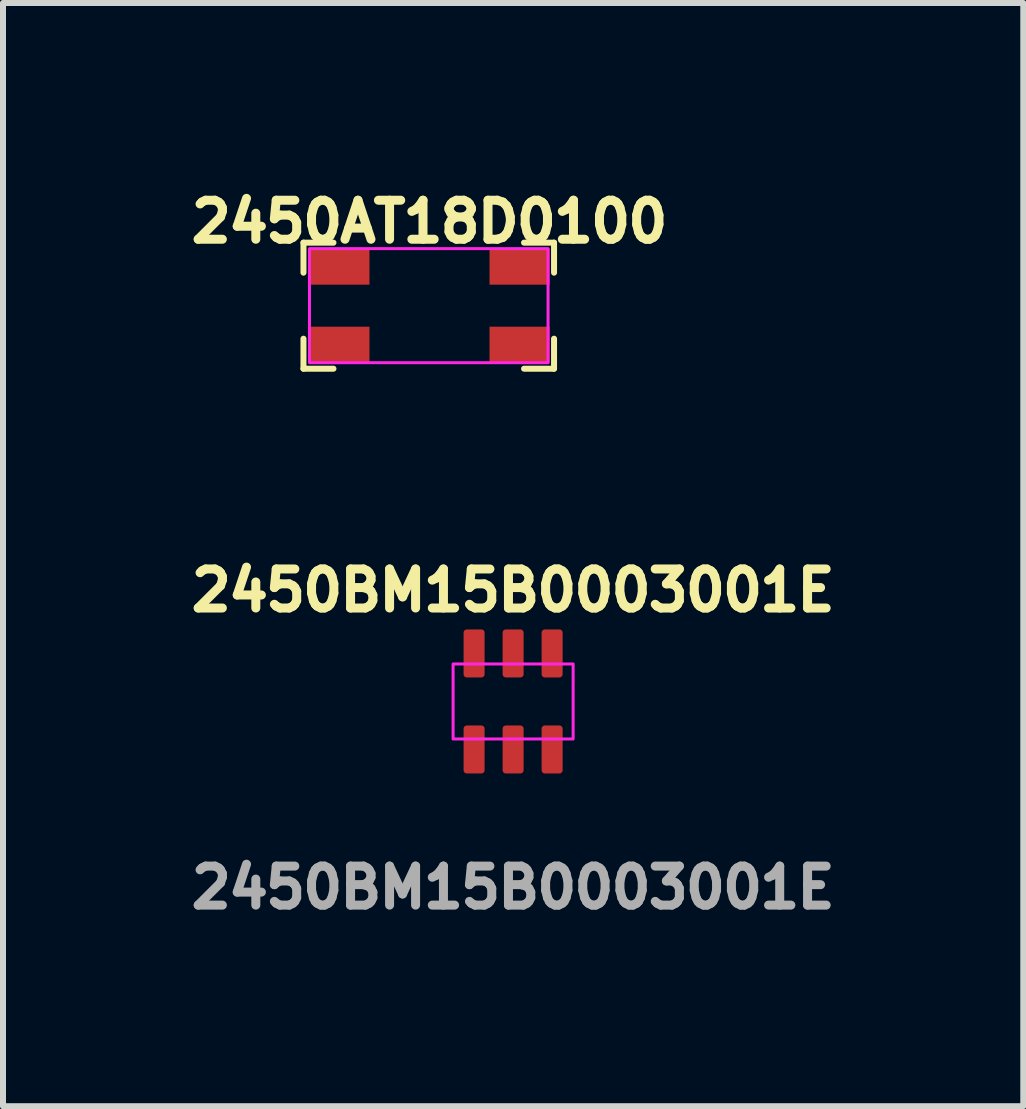
<source format=kicad_pcb>
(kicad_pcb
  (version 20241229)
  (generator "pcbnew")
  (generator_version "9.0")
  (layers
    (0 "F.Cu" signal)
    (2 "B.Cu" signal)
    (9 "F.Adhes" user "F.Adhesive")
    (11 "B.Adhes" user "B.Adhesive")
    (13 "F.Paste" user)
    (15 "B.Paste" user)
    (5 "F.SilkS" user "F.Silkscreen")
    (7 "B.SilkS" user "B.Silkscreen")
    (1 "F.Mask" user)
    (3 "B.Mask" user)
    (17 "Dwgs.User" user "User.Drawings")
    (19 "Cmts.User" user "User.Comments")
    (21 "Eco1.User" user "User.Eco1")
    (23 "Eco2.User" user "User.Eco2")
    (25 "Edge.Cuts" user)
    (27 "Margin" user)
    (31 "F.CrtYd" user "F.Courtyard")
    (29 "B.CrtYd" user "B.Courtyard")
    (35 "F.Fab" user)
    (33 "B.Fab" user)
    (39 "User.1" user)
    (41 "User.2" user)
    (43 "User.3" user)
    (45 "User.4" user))
  (footprint "2450BM15B0003001E"
    (layer "F.Cu")
    (at 5.499 8.637)
    (property "Reference" "2450BM15B0003001E" (at 0 -1.85 0) (unlocked yes) (layer "F.SilkS") (effects (font (size 0.65 0.65) (thickness 0.15) (bold yes))))
    (attr smd)
    (fp_rect (start -1 -0.625) (end 1 0.625) (stroke (width 0.05) (type solid)) (fill no) (layer "F.CrtYd"))
    (fp_text user "${REFERENCE}" (at 0 3.1 0) (unlocked yes) (layer "F.Fab") (effects (font (size 0.65 0.65) (thickness 0.15))))
    (pad "1" smd roundrect (at 0.65 -0.8) (size 0.35 0.8) (layers "F.Cu" "F.Mask" "F.Paste") (roundrect_rratio 0.15))
    (pad "2" smd roundrect (at 0 -0.8) (size 0.35 0.8) (layers "F.Cu" "F.Mask" "F.Paste") (roundrect_rratio 0.15))
    (pad "3" smd roundrect (at -0.65 -0.8) (size 0.35 0.8) (layers "F.Cu" "F.Mask" "F.Paste") (roundrect_rratio 0.15))
    (pad "4" smd roundrect (at -0.65 0.8) (size 0.35 0.8) (layers "F.Cu" "F.Mask" "F.Paste") (roundrect_rratio 0.15))
    (pad "5" smd roundrect (at 0 0.8) (size 0.35 0.8) (layers "F.Cu" "F.Mask" "F.Paste") (roundrect_rratio 0.15))
    (pad "6" smd roundrect (at 0.65 0.8) (size 0.35 0.8) (layers "F.Cu" "F.Mask" "F.Paste") (roundrect_rratio 0.15)))
  (footprint "2450AT18D0100"
    (layer "F.Cu")
    (at 4.106 2.043)
    (property "Reference" "2450AT18D0100" (at 0 -1.4 0) (unlocked yes) (layer "F.SilkS") (effects (font (size 0.65 0.65) (thickness 0.15) (bold yes))))
    (attr smd)
    (fp_line (start -2.1 -1.05) (end -1.6 -1.05) (stroke (width 0.1) (type default)) (layer "F.SilkS"))
    (fp_line (start -2.1 -0.55) (end -2.1 -1.05) (stroke (width 0.1) (type default)) (layer "F.SilkS"))
    (fp_line (start -2.1 1.05) (end -2.1 0.55) (stroke (width 0.1) (type default)) (layer "F.SilkS"))
    (fp_line (start -1.6 1.05) (end -2.1 1.05) (stroke (width 0.1) (type default)) (layer "F.SilkS"))
    (fp_line (start 1.575 -1.05) (end 2.075 -1.05) (stroke (width 0.1) (type default)) (layer "F.SilkS"))
    (fp_line (start 2.075 -1.05) (end 2.075 -0.55) (stroke (width 0.1) (type default)) (layer "F.SilkS"))
    (fp_line (start 2.075 0.55) (end 2.075 1.05) (stroke (width 0.1) (type default)) (layer "F.SilkS"))
    (fp_line (start 2.075 1.05) (end 1.575 1.05) (stroke (width 0.1) (type default)) (layer "F.SilkS"))
    (fp_rect (start -2 -0.95) (end 1.975 0.95) (stroke (width 0.05) (type default)) (fill no) (layer "F.CrtYd"))
    (pad "1" smd rect (at -1.5 0.65) (size 1 0.6) (layers "F.Cu" "F.Mask" "F.Paste"))
    (pad "2" smd rect (at 1.5 0.65) (size 1 0.6) (layers "F.Cu" "F.Mask" "F.Paste"))
    (pad "3" smd rect (at 1.5 -0.65) (size 1 0.6) (layers "F.Cu" "F.Mask" "F.Paste"))
    (pad "4" smd rect (at -1.5 -0.65) (size 1 0.6) (layers "F.Cu" "F.Mask" "F.Paste")))
  (gr_rect
    (start -3 -3)
    (end 13.999 15.38)
    (stroke (width 0.1) (type default))
    (fill no)
    (layer "Edge.Cuts")))
</source>
